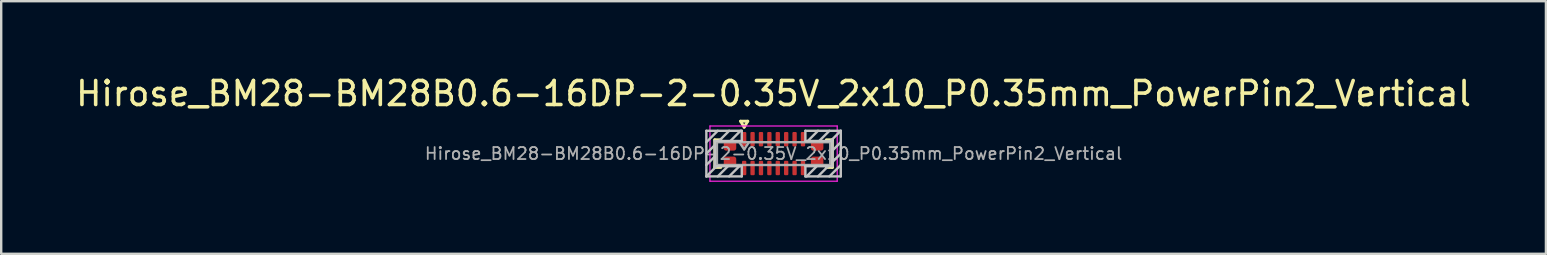
<source format=kicad_pcb>
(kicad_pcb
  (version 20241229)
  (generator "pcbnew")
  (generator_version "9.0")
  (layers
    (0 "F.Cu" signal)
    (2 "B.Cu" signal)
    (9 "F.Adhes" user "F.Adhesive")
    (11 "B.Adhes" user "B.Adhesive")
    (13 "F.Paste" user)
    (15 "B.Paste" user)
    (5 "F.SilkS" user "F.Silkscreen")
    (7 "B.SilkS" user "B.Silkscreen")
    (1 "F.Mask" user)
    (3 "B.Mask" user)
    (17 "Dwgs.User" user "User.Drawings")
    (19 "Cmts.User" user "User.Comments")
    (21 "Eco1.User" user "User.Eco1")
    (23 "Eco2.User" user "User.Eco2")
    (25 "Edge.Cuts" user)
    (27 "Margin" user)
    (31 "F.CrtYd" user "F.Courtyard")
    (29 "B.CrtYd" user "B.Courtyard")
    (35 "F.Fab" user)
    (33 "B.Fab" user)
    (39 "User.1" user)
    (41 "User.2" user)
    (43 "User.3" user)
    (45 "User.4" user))
  (footprint "Hirose_BM28-BM28B0.6-16DP-2-0.35V_2x10_P0.35mm_PowerPin2_Vertical"
    (layer "F.Cu")
    (at 29.173 3.348)
    (property "Reference" "Hirose_BM28-BM28B0.6-16DP-2-0.35V_2x10_P0.35mm_PowerPin2_Vertical" (at 0 -2.5 0) (layer "F.SilkS") (effects (font (size 1 1) (thickness 0.15))))
    (attr smd)
    (fp_line (start -2.449 -0.575) (end -2.199 -0.575) (stroke (width 0.12) (type solid)) (layer "F.SilkS"))
    (fp_line (start -2.449 0.575) (end -2.449 -0.575) (stroke (width 0.12) (type solid)) (layer "F.SilkS"))
    (fp_line (start -2.449 0.575) (end -2.199 0.575) (stroke (width 0.12) (type solid)) (layer "F.SilkS"))
    (fp_line (start -1.375 -1.35) (end -1.225 -1.1) (stroke (width 0.12) (type solid)) (layer "F.SilkS"))
    (fp_line (start -1.225 -1.1) (end -1.075 -1.35) (stroke (width 0.12) (type solid)) (layer "F.SilkS"))
    (fp_line (start -1.075 -1.35) (end -1.375 -1.35) (stroke (width 0.12) (type solid)) (layer "F.SilkS"))
    (fp_line (start 2.45 -0.575) (end 2.2 -0.575) (stroke (width 0.12) (type solid)) (layer "F.SilkS"))
    (fp_line (start 2.45 -0.575) (end 2.45 0.575) (stroke (width 0.12) (type solid)) (layer "F.SilkS"))
    (fp_line (start 2.45 0.575) (end 2.2 0.575) (stroke (width 0.12) (type solid)) (layer "F.SilkS"))
    (fp_line (start -2.8 -0.95) (end -2.8 0.95) (stroke (width 0.1) (type solid)) (layer "Dwgs.User"))
    (fp_line (start -2.8 0.475) (end -2.45 0.125) (stroke (width 0.1) (type solid)) (layer "Dwgs.User"))
    (fp_line (start -2.8 0.95) (end -2.375 0.525) (stroke (width 0.1) (type solid)) (layer "Dwgs.User"))
    (fp_line (start -2.8 0.95) (end -1.325 0.95) (stroke (width 0.1) (type solid)) (layer "Dwgs.User"))
    (fp_line (start -2.45 -0.525) (end -1.325 -0.525) (stroke (width 0.1) (type solid)) (layer "Dwgs.User"))
    (fp_line (start -2.45 -0.35) (end -2.8 0) (stroke (width 0.1) (type solid)) (layer "Dwgs.User"))
    (fp_line (start -2.45 0.525) (end -2.45 -0.525) (stroke (width 0.1) (type solid)) (layer "Dwgs.User"))
    (fp_line (start -2.325 -0.95) (end -2.8 -0.475) (stroke (width 0.1) (type solid)) (layer "Dwgs.User"))
    (fp_line (start -2.325 0.95) (end -1.9 0.525) (stroke (width 0.1) (type solid)) (layer "Dwgs.User"))
    (fp_line (start -2.275 -0.525) (end -1.85 -0.95) (stroke (width 0.1) (type solid)) (layer "Dwgs.User"))
    (fp_line (start -1.85 0.95) (end -1.425 0.525) (stroke (width 0.1) (type solid)) (layer "Dwgs.User"))
    (fp_line (start -1.375 -0.95) (end -1.8 -0.525) (stroke (width 0.1) (type solid)) (layer "Dwgs.User"))
    (fp_line (start -1.325 -0.95) (end -2.8 -0.95) (stroke (width 0.1) (type solid)) (layer "Dwgs.User"))
    (fp_line (start -1.325 -0.525) (end -1.325 -0.95) (stroke (width 0.1) (type solid)) (layer "Dwgs.User"))
    (fp_line (start -1.325 0.525) (end -2.45 0.525) (stroke (width 0.1) (type solid)) (layer "Dwgs.User"))
    (fp_line (start -1.325 0.95) (end -1.325 0.525) (stroke (width 0.1) (type solid)) (layer "Dwgs.User"))
    (fp_line (start 1.325 -0.95) (end 1.325 -0.525) (stroke (width 0.1) (type solid)) (layer "Dwgs.User"))
    (fp_line (start 1.325 -0.525) (end 2.45 -0.525) (stroke (width 0.1) (type solid)) (layer "Dwgs.User"))
    (fp_line (start 1.325 0.525) (end 1.325 0.95) (stroke (width 0.1) (type solid)) (layer "Dwgs.User"))
    (fp_line (start 1.325 0.95) (end 2.8 0.95) (stroke (width 0.1) (type solid)) (layer "Dwgs.User"))
    (fp_line (start 1.375 0.95) (end 1.8 0.525) (stroke (width 0.1) (type solid)) (layer "Dwgs.User"))
    (fp_line (start 1.85 -0.95) (end 1.425 -0.525) (stroke (width 0.1) (type solid)) (layer "Dwgs.User"))
    (fp_line (start 2.275 0.525) (end 1.85 0.95) (stroke (width 0.1) (type solid)) (layer "Dwgs.User"))
    (fp_line (start 2.325 -0.95) (end 1.9 -0.525) (stroke (width 0.1) (type solid)) (layer "Dwgs.User"))
    (fp_line (start 2.325 0.95) (end 2.8 0.475) (stroke (width 0.1) (type solid)) (layer "Dwgs.User"))
    (fp_line (start 2.45 -0.525) (end 2.45 0.525) (stroke (width 0.1) (type solid)) (layer "Dwgs.User"))
    (fp_line (start 2.45 0.35) (end 2.8 0) (stroke (width 0.1) (type solid)) (layer "Dwgs.User"))
    (fp_line (start 2.45 0.525) (end 1.325 0.525) (stroke (width 0.1) (type solid)) (layer "Dwgs.User"))
    (fp_line (start 2.8 -0.95) (end 1.325 -0.95) (stroke (width 0.1) (type solid)) (layer "Dwgs.User"))
    (fp_line (start 2.8 -0.95) (end 2.375 -0.525) (stroke (width 0.1) (type solid)) (layer "Dwgs.User"))
    (fp_line (start 2.8 -0.475) (end 2.45 -0.125) (stroke (width 0.1) (type solid)) (layer "Dwgs.User"))
    (fp_line (start 2.8 0.95) (end 2.8 -0.95) (stroke (width 0.1) (type solid)) (layer "Dwgs.User"))
    (fp_line (start -2.65 -1.15) (end -2.65 1.15) (stroke (width 0.05) (type solid)) (layer "F.CrtYd"))
    (fp_line (start -2.65 1.15) (end 2.65 1.15) (stroke (width 0.05) (type solid)) (layer "F.CrtYd"))
    (fp_line (start 2.65 -1.15) (end -2.65 -1.15) (stroke (width 0.05) (type solid)) (layer "F.CrtYd"))
    (fp_line (start 2.65 1.15) (end 2.65 -1.15) (stroke (width 0.05) (type solid)) (layer "F.CrtYd"))
    (fp_line (start -2.36 -0.475) (end -2.36 0.475) (stroke (width 0.1) (type solid)) (layer "F.Fab"))
    (fp_line (start -2.36 -0.475) (end 2.36 -0.475) (stroke (width 0.1) (type solid)) (layer "F.Fab"))
    (fp_line (start -2.36 0.475) (end 2.36 0.475) (stroke (width 0.1) (type solid)) (layer "F.Fab"))
    (fp_line (start -1.425 -0.475) (end -1.225 -0.175) (stroke (width 0.1) (type solid)) (layer "F.Fab"))
    (fp_line (start -1.225 -0.175) (end -1.025 -0.475) (stroke (width 0.1) (type solid)) (layer "F.Fab"))
    (fp_line (start 2.36 -0.475) (end 2.36 0.475) (stroke (width 0.1) (type solid)) (layer "F.Fab"))
    (fp_text user "${REFERENCE}" (at 0 0 0) (layer "F.Fab") (effects (font (size 0.5 0.5) (thickness 0.075))))
    (pad "1" smd roundrect (at -1.225 -0.6) (size 0.18 0.6) (layers "F.Cu" "F.Mask" "F.Paste") (roundrect_rratio 0.25))
    (pad "2" smd roundrect (at -1.225 0.6) (size 0.18 0.6) (layers "F.Cu" "F.Mask" "F.Paste") (roundrect_rratio 0.25))
    (pad "3" smd roundrect (at -0.875 -0.6) (size 0.18 0.6) (layers "F.Cu" "F.Mask" "F.Paste") (roundrect_rratio 0.25))
    (pad "4" smd roundrect (at -0.875 0.6) (size 0.18 0.6) (layers "F.Cu" "F.Mask" "F.Paste") (roundrect_rratio 0.25))
    (pad "5" smd roundrect (at -0.525 -0.6) (size 0.18 0.6) (layers "F.Cu" "F.Mask" "F.Paste") (roundrect_rratio 0.25))
    (pad "6" smd roundrect (at -0.525 0.6) (size 0.18 0.6) (layers "F.Cu" "F.Mask" "F.Paste") (roundrect_rratio 0.25))
    (pad "7" smd roundrect (at -0.175 -0.6) (size 0.18 0.6) (layers "F.Cu" "F.Mask" "F.Paste") (roundrect_rratio 0.25))
    (pad "8" smd roundrect (at -0.175 0.6) (size 0.18 0.6) (layers "F.Cu" "F.Mask" "F.Paste") (roundrect_rratio 0.25))
    (pad "9" smd roundrect (at 0.175 -0.6) (size 0.18 0.6) (layers "F.Cu" "F.Mask" "F.Paste") (roundrect_rratio 0.25))
    (pad "10" smd roundrect (at 0.175 0.6) (size 0.18 0.6) (layers "F.Cu" "F.Mask" "F.Paste") (roundrect_rratio 0.25))
    (pad "11" smd roundrect (at 0.525 -0.6) (size 0.18 0.6) (layers "F.Cu" "F.Mask" "F.Paste") (roundrect_rratio 0.25))
    (pad "12" smd roundrect (at 0.525 0.6) (size 0.18 0.6) (layers "F.Cu" "F.Mask" "F.Paste") (roundrect_rratio 0.25))
    (pad "13" smd roundrect (at 0.875 -0.6) (size 0.18 0.6) (layers "F.Cu" "F.Mask" "F.Paste") (roundrect_rratio 0.25))
    (pad "14" smd roundrect (at 0.875 0.6) (size 0.18 0.6) (layers "F.Cu" "F.Mask" "F.Paste") (roundrect_rratio 0.25))
    (pad "15" smd roundrect (at 1.225 -0.6) (size 0.18 0.6) (layers "F.Cu" "F.Mask" "F.Paste") (roundrect_rratio 0.25))
    (pad "16" smd roundrect (at 1.225 0.6) (size 0.18 0.6) (layers "F.Cu" "F.Mask" "F.Paste") (roundrect_rratio 0.25))
    (pad "17" smd roundrect (at -1.815 -0.325) (size 0.52 0.4) (layers "F.Cu" "F.Mask" "F.Paste") (roundrect_rratio 0.25))
    (pad "17" smd roundrect (at -1.815 0.325) (size 0.52 0.4) (layers "F.Cu" "F.Mask" "F.Paste") (roundrect_rratio 0.25))
    (pad "18" smd roundrect (at 1.815 -0.325) (size 0.52 0.4) (layers "F.Cu" "F.Mask" "F.Paste") (roundrect_rratio 0.25))
    (pad "18" smd roundrect (at 1.815 0.325) (size 0.52 0.4) (layers "F.Cu" "F.Mask" "F.Paste") (roundrect_rratio 0.25)))
  (gr_rect
    (start -3 -3)
    (end 61.345 7.523)
    (stroke (width 0.1) (type default))
    (fill no)
    (layer "Edge.Cuts")))
</source>
